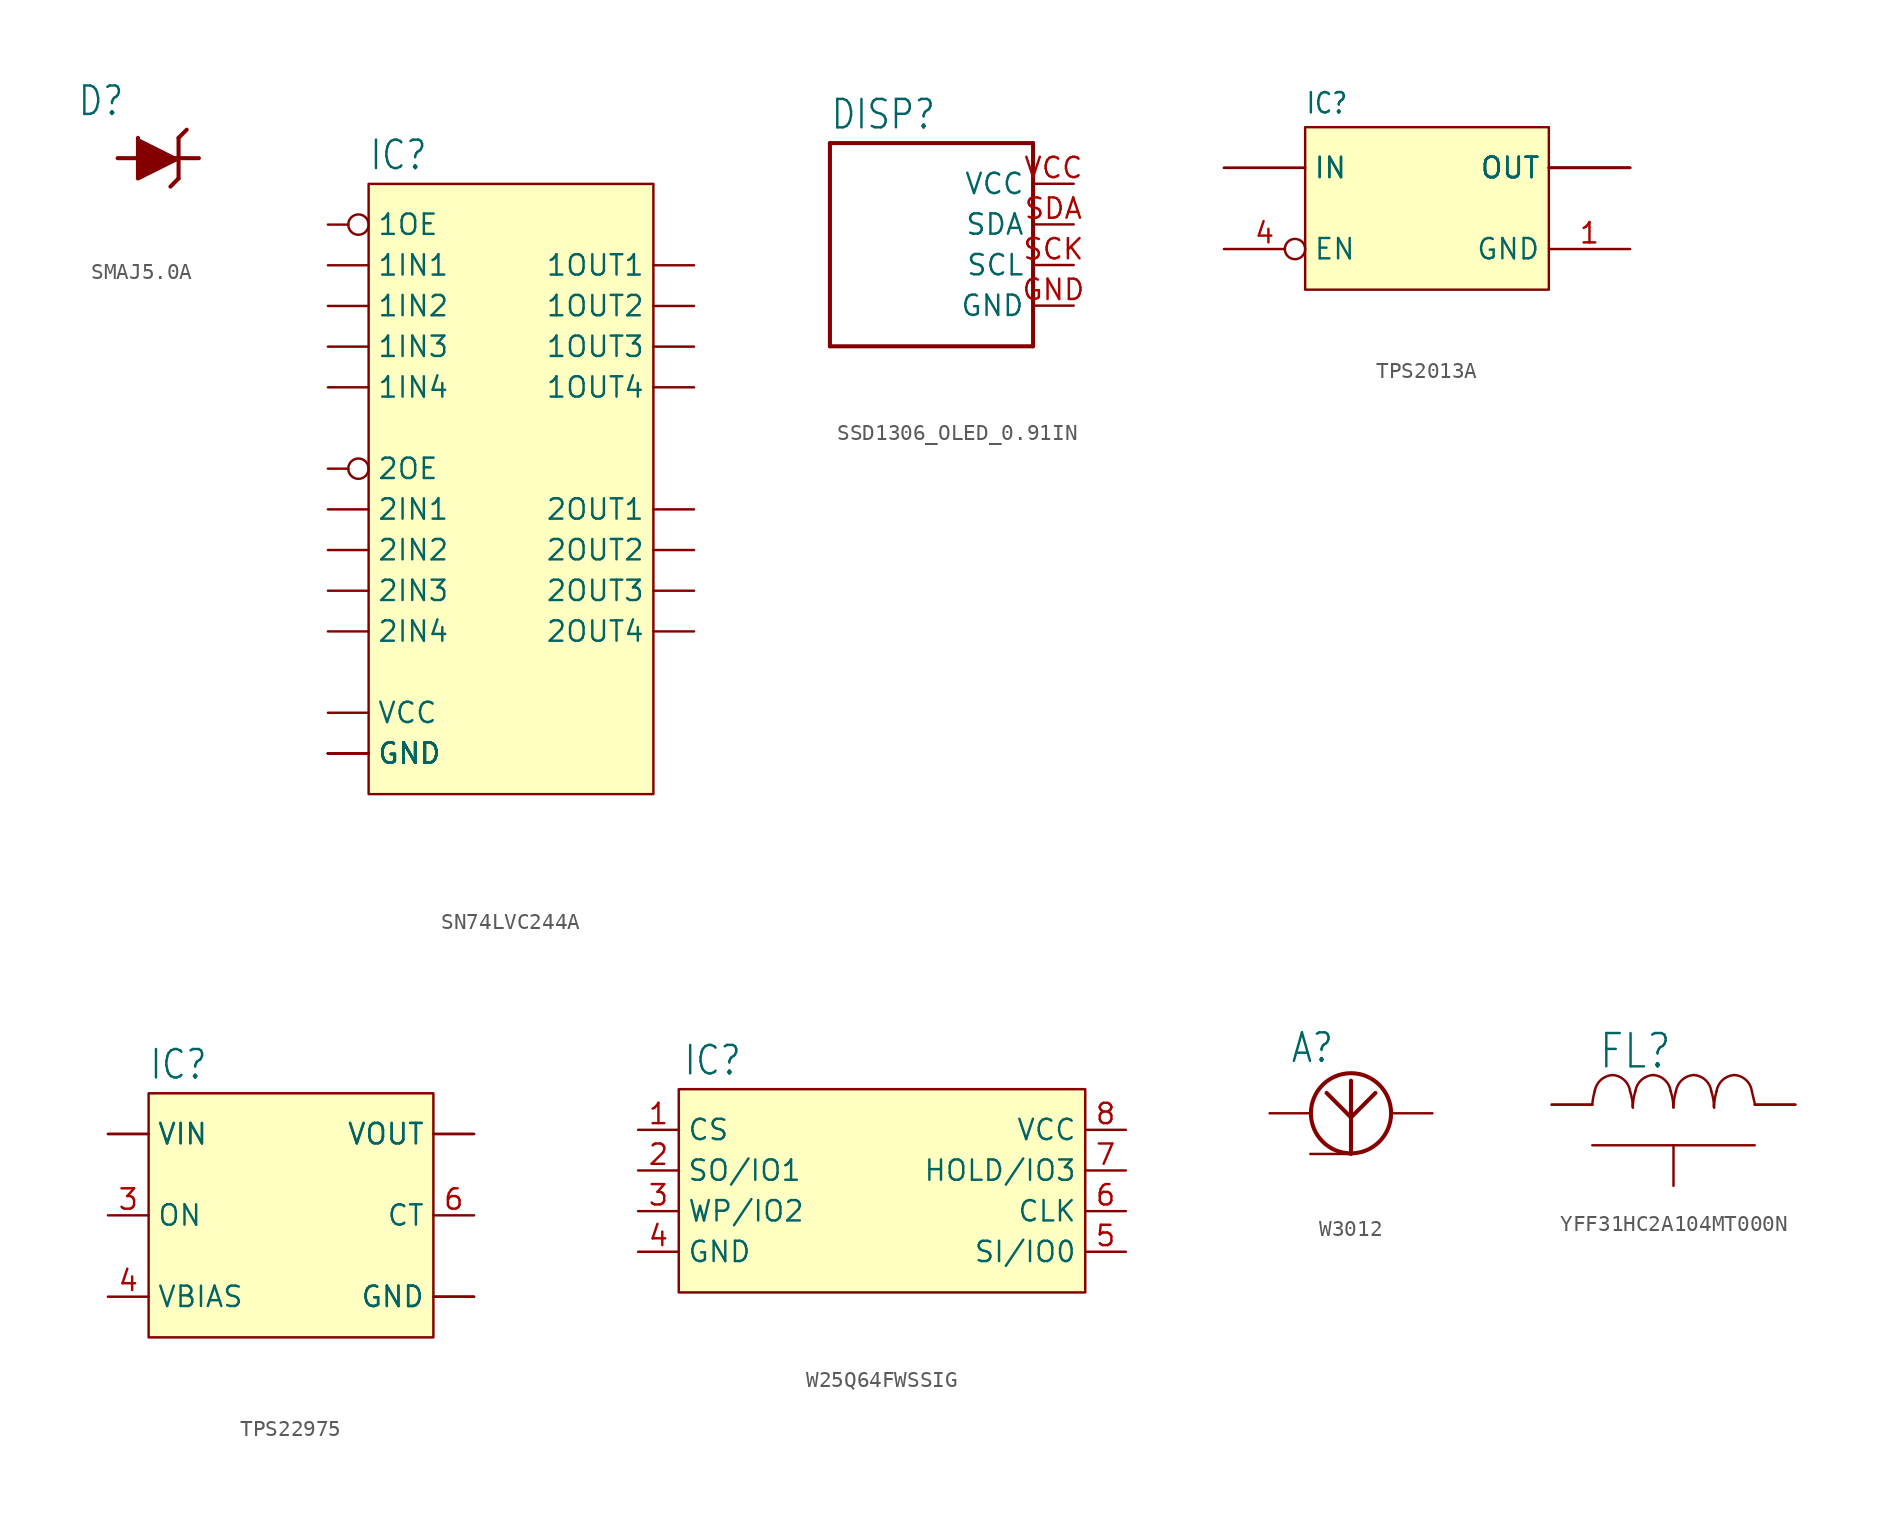
<source format=kicad_sym>
(kicad_symbol_lib
  (version 20241209)
  (generator "kicad_symbol_editor")
  (generator_version "9.0")
  (symbol "SMAJ5.0A"
    (property "Reference" "D"
      (at -5.08 2.54 0)
      (effects (font (size 1.778 1.511)) (justify left bottom)))
    (property "Value" ""
      (at -5.08 -5.08 0)
      (effects (font (size 1.778 1.511)) (justify left bottom)))
    (property "ki_locked" ""
      (at 0 0 0)
      (effects (font (size 1.27 1.27))))
    (symbol "SMAJ5.0A_1_0"
      (polyline (pts (xy -2.54 0) (xy 2.54 0)) (stroke (width 0.254) (type solid)) (fill (type none)))
      (polyline (pts (xy -1.27 1.27) (xy -1.27 -1.27) (xy 1.27 0)) (stroke (width 0.254) (type solid)) (fill (type outline)))
      (polyline (pts (xy 1.27 1.27) (xy 1.27 -1.27)) (stroke (width 0.254) (type solid)) (fill (type none)))
      (polyline (pts (xy 1.27 1.27) (xy 1.778 1.778)) (stroke (width 0.254) (type solid)) (fill (type none)))
      (polyline (pts (xy 1.27 -1.27) (xy 0.762 -1.778)) (stroke (width 0.254) (type solid)) (fill (type none)))
      (pin bidirectional line (at -2.54 0 0) (length 0) (name "A" (effects (font (size 0 0)))) (number "A" (effects (font (size 0 0)))))
      (pin bidirectional line (at 2.54 0 0) (length 0) (name "K" (effects (font (size 0 0)))) (number "K" (effects (font (size 0 0)))))))
  (symbol "SN74LVC244A"
    (property "Reference" "IC"
      (at -7.62 16.002 0)
      (effects (font (size 1.778 1.511)) (justify left bottom)))
    (property "Value" ""
      (at -7.62 -25.4 0)
      (effects (font (size 1.778 1.511)) (justify left bottom)))
    (property "ki_locked" ""
      (at 0 0 0)
      (effects (font (size 1.27 1.27))))
    (symbol "SN74LVC244A_1_0"
      (pin bidirectional inverted (at -10.16 12.7 0) (length 2.54) (name "1OE" (effects (font (size 1.27 1.27)))) (number "P$1" (effects (font (size 0 0)))))
      (pin bidirectional line (at -10.16 10.16 0) (length 2.54) (name "1IN1" (effects (font (size 1.27 1.27)))) (number "P$2" (effects (font (size 0 0)))))
      (pin bidirectional line (at -10.16 7.62 0) (length 2.54) (name "1IN2" (effects (font (size 1.27 1.27)))) (number "P$4" (effects (font (size 0 0)))))
      (pin bidirectional line (at -10.16 5.08 0) (length 2.54) (name "1IN3" (effects (font (size 1.27 1.27)))) (number "P$6" (effects (font (size 0 0)))))
      (pin bidirectional line (at -10.16 2.54 0) (length 2.54) (name "1IN4" (effects (font (size 1.27 1.27)))) (number "P$8" (effects (font (size 0 0)))))
      (pin bidirectional inverted (at -10.16 -2.54 0) (length 2.54) (name "2OE" (effects (font (size 1.27 1.27)))) (number "P$19" (effects (font (size 0 0)))))
      (pin bidirectional line (at -10.16 -5.08 0) (length 2.54) (name "2IN1" (effects (font (size 1.27 1.27)))) (number "P$11" (effects (font (size 0 0)))))
      (pin bidirectional line (at -10.16 -7.62 0) (length 2.54) (name "2IN2" (effects (font (size 1.27 1.27)))) (number "P$13" (effects (font (size 0 0)))))
      (pin bidirectional line (at -10.16 -10.16 0) (length 2.54) (name "2IN3" (effects (font (size 1.27 1.27)))) (number "P$15" (effects (font (size 0 0)))))
      (pin bidirectional line (at -10.16 -12.7 0) (length 2.54) (name "2IN4" (effects (font (size 1.27 1.27)))) (number "P$17" (effects (font (size 0 0)))))
      (pin bidirectional line (at -10.16 -17.78 0) (length 2.54) (name "VCC" (effects (font (size 1.27 1.27)))) (number "P$20" (effects (font (size 0 0)))))
      (pin bidirectional line (at -10.16 -20.32 0) (length 2.54) (name "GND" (effects (font (size 1.27 1.27)))) (number "P$10" (effects (font (size 0 0)))))
      (pin bidirectional line (at -10.16 -20.32 0) (length 2.54) (name "GND" (effects (font (size 1.27 1.27)))) (number "P$21" (effects (font (size 0 0)))))
      (pin bidirectional line (at -10.16 -20.32 0) (length 2.54) (name "GND" (effects (font (size 1.27 1.27)))) (number "P$22" (effects (font (size 0 0)))))
      (pin bidirectional line (at -10.16 -20.32 0) (length 2.54) (name "GND" (effects (font (size 1.27 1.27)))) (number "P$23" (effects (font (size 0 0)))))
      (pin bidirectional line (at -10.16 -20.32 0) (length 2.54) (name "GND" (effects (font (size 1.27 1.27)))) (number "P$24" (effects (font (size 0 0)))))
      (pin bidirectional line (at -10.16 -20.32 0) (length 2.54) (name "GND" (effects (font (size 1.27 1.27)))) (number "P$25" (effects (font (size 0 0)))))
      (pin bidirectional line (at -10.16 -20.32 0) (length 2.54) (name "GND" (effects (font (size 1.27 1.27)))) (number "P$26" (effects (font (size 0 0)))))
      (pin bidirectional line (at -10.16 -20.32 0) (length 2.54) (name "GND" (effects (font (size 1.27 1.27)))) (number "P$27" (effects (font (size 0 0)))))
      (pin bidirectional line (at 12.7 10.16 180) (length 2.54) (name "1OUT1" (effects (font (size 1.27 1.27)))) (number "P$18" (effects (font (size 0 0)))))
      (pin bidirectional line (at 12.7 7.62 180) (length 2.54) (name "1OUT2" (effects (font (size 1.27 1.27)))) (number "P$16" (effects (font (size 0 0)))))
      (pin bidirectional line (at 12.7 5.08 180) (length 2.54) (name "1OUT3" (effects (font (size 1.27 1.27)))) (number "P$14" (effects (font (size 0 0)))))
      (pin bidirectional line (at 12.7 2.54 180) (length 2.54) (name "1OUT4" (effects (font (size 1.27 1.27)))) (number "P$12" (effects (font (size 0 0)))))
      (pin bidirectional line (at 12.7 -5.08 180) (length 2.54) (name "2OUT1" (effects (font (size 1.27 1.27)))) (number "P$9" (effects (font (size 0 0)))))
      (pin bidirectional line (at 12.7 -7.62 180) (length 2.54) (name "2OUT2" (effects (font (size 1.27 1.27)))) (number "P$7" (effects (font (size 0 0)))))
      (pin bidirectional line (at 12.7 -10.16 180) (length 2.54) (name "2OUT3" (effects (font (size 1.27 1.27)))) (number "P$5" (effects (font (size 0 0)))))
      (pin bidirectional line (at 12.7 -12.7 180) (length 2.54) (name "2OUT4" (effects (font (size 1.27 1.27)))) (number "P$3" (effects (font (size 0 0))))))
    (symbol "SN74LVC244A_1_1"
      (rectangle (start -7.62 15.24) (end 10.16 -22.86) (stroke (width 0) (type solid)) (fill (type background)))))
  (symbol "SSD1306_OLED_0.91IN"
    (property "Reference" "DISP"
      (at -7.62 5.842 0)
      (effects (font (size 1.778 1.511)) (justify left bottom)))
    (property "Value" ""
      (at -7.62 -10.16 0)
      (effects (font (size 1.778 1.511)) (justify left bottom)))
    (property "ki_locked" ""
      (at 0 0 0)
      (effects (font (size 1.27 1.27))))
    (symbol "SSD1306_OLED_0.91IN_1_0"
      (polyline (pts (xy -7.62 5.08) (xy 5.08 5.08)) (stroke (width 0.254) (type solid)) (fill (type none)))
      (polyline (pts (xy -7.62 -7.62) (xy -7.62 5.08)) (stroke (width 0.254) (type solid)) (fill (type none)))
      (polyline (pts (xy 5.08 5.08) (xy 5.08 -7.62)) (stroke (width 0.254) (type solid)) (fill (type none)))
      (polyline (pts (xy 5.08 -7.62) (xy -7.62 -7.62)) (stroke (width 0.254) (type solid)) (fill (type none)))
      (pin bidirectional line (at 7.62 2.54 180) (length 2.54) (name "VCC" (effects (font (size 1.27 1.27)))) (number "VCC" (effects (font (size 1.27 1.27)))))
      (pin bidirectional line (at 7.62 0 180) (length 2.54) (name "SDA" (effects (font (size 1.27 1.27)))) (number "SDA" (effects (font (size 1.27 1.27)))))
      (pin bidirectional line (at 7.62 -2.54 180) (length 2.54) (name "SCL" (effects (font (size 1.27 1.27)))) (number "SCK" (effects (font (size 1.27 1.27)))))
      (pin bidirectional line (at 7.62 -5.08 180) (length 2.54) (name "GND" (effects (font (size 1.27 1.27)))) (number "GND" (effects (font (size 1.27 1.27)))))))
  (symbol "TPS2013A"
    (property "Reference" "IC"
      (at -7.62 5.842 0)
      (effects (font (size 1.27 1.079)) (justify left bottom)))
    (property "Value" ""
      (at -7.62 -7.62 0)
      (effects (font (size 1.27 1.079)) (justify left bottom)))
    (property "ki_locked" ""
      (at 0 0 0)
      (effects (font (size 1.27 1.27))))
    (symbol "TPS2013A_1_0"
      (pin bidirectional line (at -12.7 2.54 0) (length 5.08) (name "IN" (effects (font (size 1.27 1.27)))) (number "2" (effects (font (size 0 0)))))
      (pin bidirectional line (at -12.7 2.54 0) (length 5.08) (name "IN" (effects (font (size 1.27 1.27)))) (number "3" (effects (font (size 0 0)))))
      (pin bidirectional inverted (at -12.7 -2.54 0) (length 5.08) (name "EN" (effects (font (size 1.27 1.27)))) (number "4" (effects (font (size 1.27 1.27)))))
      (pin bidirectional line (at 12.7 2.54 180) (length 5.08) (name "OUT" (effects (font (size 1.27 1.27)))) (number "5" (effects (font (size 0 0)))))
      (pin bidirectional line (at 12.7 2.54 180) (length 5.08) (name "OUT" (effects (font (size 1.27 1.27)))) (number "6" (effects (font (size 0 0)))))
      (pin bidirectional line (at 12.7 2.54 180) (length 5.08) (name "OUT" (effects (font (size 1.27 1.27)))) (number "7" (effects (font (size 0 0)))))
      (pin bidirectional line (at 12.7 2.54 180) (length 5.08) (name "OUT" (effects (font (size 1.27 1.27)))) (number "8" (effects (font (size 0 0)))))
      (pin bidirectional line (at 12.7 -2.54 180) (length 5.08) (name "GND" (effects (font (size 1.27 1.27)))) (number "1" (effects (font (size 1.27 1.27))))))
    (symbol "TPS2013A_1_1"
      (rectangle (start -7.62 5.08) (end 7.62 -5.08) (stroke (width 0) (type solid)) (fill (type background)))))
  (symbol "TPS22975"
    (property "Reference" "IC"
      (at -7.62 8.382 0)
      (effects (font (size 1.778 1.511)) (justify left bottom)))
    (property "Value" ""
      (at -7.62 -10.16 0)
      (effects (font (size 1.778 1.511)) (justify left bottom)))
    (property "ki_locked" ""
      (at 0 0 0)
      (effects (font (size 1.27 1.27))))
    (symbol "TPS22975_1_0"
      (pin bidirectional line (at -10.16 5.08 0) (length 2.54) (name "VIN" (effects (font (size 1.27 1.27)))) (number "1" (effects (font (size 0 0)))))
      (pin bidirectional line (at -10.16 5.08 0) (length 2.54) (name "VIN" (effects (font (size 1.27 1.27)))) (number "2" (effects (font (size 0 0)))))
      (pin bidirectional line (at -10.16 0 0) (length 2.54) (name "ON" (effects (font (size 1.27 1.27)))) (number "3" (effects (font (size 1.27 1.27)))))
      (pin bidirectional line (at -10.16 -5.08 0) (length 2.54) (name "VBIAS" (effects (font (size 1.27 1.27)))) (number "4" (effects (font (size 1.27 1.27)))))
      (pin bidirectional line (at 12.7 5.08 180) (length 2.54) (name "VOUT" (effects (font (size 1.27 1.27)))) (number "7" (effects (font (size 0 0)))))
      (pin bidirectional line (at 12.7 5.08 180) (length 2.54) (name "VOUT" (effects (font (size 1.27 1.27)))) (number "8" (effects (font (size 0 0)))))
      (pin bidirectional line (at 12.7 0 180) (length 2.54) (name "CT" (effects (font (size 1.27 1.27)))) (number "6" (effects (font (size 1.27 1.27)))))
      (pin bidirectional line (at 12.7 -5.08 180) (length 2.54) (name "GND" (effects (font (size 1.27 1.27)))) (number "5" (effects (font (size 0 0)))))
      (pin bidirectional line (at 12.7 -5.08 180) (length 2.54) (name "GND" (effects (font (size 1.27 1.27)))) (number "PP" (effects (font (size 0 0))))))
    (symbol "TPS22975_1_1"
      (rectangle (start -7.62 7.62) (end 10.16 -7.62) (stroke (width 0) (type solid)) (fill (type background)))))
  (symbol "W25Q64FWSSIG"
    (property "Reference" "IC"
      (at -12.446 5.842 0)
      (effects (font (size 1.778 1.511)) (justify left bottom)))
    (property "Value" ""
      (at -12.7 -10.16 0)
      (effects (font (size 1.778 1.511)) (justify left bottom)))
    (property "ki_locked" ""
      (at 0 0 0)
      (effects (font (size 1.27 1.27))))
    (symbol "W25Q64FWSSIG_1_0"
      (pin bidirectional line (at -15.24 2.54 0) (length 2.54) (name "CS" (effects (font (size 1.27 1.27)))) (number "1" (effects (font (size 1.27 1.27)))))
      (pin bidirectional line (at -15.24 0 0) (length 2.54) (name "SO/IO1" (effects (font (size 1.27 1.27)))) (number "2" (effects (font (size 1.27 1.27)))))
      (pin bidirectional line (at -15.24 -2.54 0) (length 2.54) (name "WP/IO2" (effects (font (size 1.27 1.27)))) (number "3" (effects (font (size 1.27 1.27)))))
      (pin bidirectional line (at -15.24 -5.08 0) (length 2.54) (name "GND" (effects (font (size 1.27 1.27)))) (number "4" (effects (font (size 1.27 1.27)))))
      (pin bidirectional line (at 15.24 2.54 180) (length 2.54) (name "VCC" (effects (font (size 1.27 1.27)))) (number "8" (effects (font (size 1.27 1.27)))))
      (pin bidirectional line (at 15.24 0 180) (length 2.54) (name "HOLD/IO3" (effects (font (size 1.27 1.27)))) (number "7" (effects (font (size 1.27 1.27)))))
      (pin bidirectional line (at 15.24 -2.54 180) (length 2.54) (name "CLK" (effects (font (size 1.27 1.27)))) (number "6" (effects (font (size 1.27 1.27)))))
      (pin bidirectional line (at 15.24 -5.08 180) (length 2.54) (name "SI/IO0" (effects (font (size 1.27 1.27)))) (number "5" (effects (font (size 1.27 1.27))))))
    (symbol "W25Q64FWSSIG_1_1"
      (rectangle (start -12.7 5.08) (end 12.7 -7.62) (stroke (width 0) (type solid)) (fill (type background)))))
  (symbol "W3012"
    (property "Reference" "A"
      (at -3.81 3.048 0)
      (effects (font (size 1.778 1.511)) (justify left bottom)))
    (property "Value" ""
      (at -5.08 -5.08 0)
      (effects (font (size 1.778 1.511)) (justify left bottom)))
    (property "ki_locked" ""
      (at 0 0 0)
      (effects (font (size 1.27 1.27))))
    (symbol "W3012_1_0"
      (circle (center 0 0) (radius 2.502) (stroke (width 0.254) (type solid)) (fill (type none)))
      (polyline (pts (xy 0 -0.254) (xy -1.524 1.27)) (stroke (width 0.254) (type solid)) (fill (type none)))
      (polyline (pts (xy 0 -0.254) (xy 0 2.032)) (stroke (width 0.254) (type solid)) (fill (type none)))
      (polyline (pts (xy 0 -0.254) (xy 1.524 1.27)) (stroke (width 0.254) (type solid)) (fill (type none)))
      (polyline (pts (xy 0 -2.54) (xy 0 -0.254)) (stroke (width 0.254) (type solid)) (fill (type none)))
      (pin bidirectional line (at -5.08 0 0) (length 2.54) (name "GND" (effects (font (size 0 0)))) (number "2" (effects (font (size 0 0)))))
      (pin bidirectional line (at -2.54 -2.54 0) (length 2.54) (name "FEED" (effects (font (size 0 0)))) (number "1" (effects (font (size 0 0)))))
      (pin bidirectional line (at 5.08 0 180) (length 2.54) (name "GND@1" (effects (font (size 0 0)))) (number "3" (effects (font (size 0 0)))))))
  (symbol "YFF31HC2A104MT000N"
    (property "Reference" "FL"
      (at -4.724 2.134 0)
      (effects (font (size 2.083 1.77)) (justify left bottom)))
    (property "ki_locked" ""
      (at 0 0 0)
      (effects (font (size 1.27 1.27))))
    (symbol "YFF31HC2A104MT000N_1_0"
      (arc (start 4.9022 0.8382) (mid 4.9944 0.458) (end 5.08 0.0762) (stroke (width 0.1524) (type solid)) (fill (type none)))
      (polyline (pts (xy -7.62 0) (xy -5.08 0)) (stroke (width 0.152) (type solid)) (fill (type none)))
      (arc (start -2.7178 0.8382) (mid -2.5911 0.3368) (end -2.54 -0.1778) (stroke (width 0.1524) (type solid)) (fill (type none)))
      (polyline (pts (xy -5.08 -2.54) (xy 5.08 -2.54)) (stroke (width 0.152) (type solid)) (fill (type none)))
      (arc (start -3.81 1.8542) (mid -3.0814 1.5423) (end -2.7177 0.8382) (stroke (width 0.1524) (type solid)) (fill (type none)))
      (arc (start -4.9276 0.8382) (mid -4.5486 1.5441) (end -3.8099 1.8542) (stroke (width 0.1524) (type solid)) (fill (type none)))
      (arc (start -0.1778 0.8382) (mid -0.0511 0.3368) (end 0 -0.1778) (stroke (width 0.1524) (type solid)) (fill (type none)))
      (arc (start -2.54 -0.1778) (mid -2.561 -0.0888) (end -2.54 0.0001) (stroke (width 0) (type solid)) (fill (type none)))
      (arc (start -1.27 1.8542) (mid -0.5414 1.5423) (end -0.1777 0.8382) (stroke (width 0.1524) (type solid)) (fill (type none)))
      (arc (start -2.3876 0.8382) (mid -2.0086 1.5441) (end -1.2699 1.8542) (stroke (width 0.1524) (type solid)) (fill (type none)))
      (arc (start -5.08 0) (mid -5.0258 0.4231) (end -4.9276 0.8382) (stroke (width 0.1524) (type solid)) (fill (type none)))
      (arc (start 2.3622 0.8382) (mid 2.4889 0.3368) (end 2.54 -0.1778) (stroke (width 0.1524) (type solid)) (fill (type none)))
      (arc (start 0 -0.1778) (mid -0.0208 -0.0889) (end 0 0) (stroke (width 0) (type solid)) (fill (type none)))
      (arc (start 1.27 1.8542) (mid 1.9985 1.5422) (end 2.3622 0.8381) (stroke (width 0.1524) (type solid)) (fill (type none)))
      (arc (start 0.1524 0.8382) (mid 0.5313 1.544) (end 1.27 1.8541) (stroke (width 0.1524) (type solid)) (fill (type none)))
      (arc (start -2.54 0) (mid -2.4858 0.4231) (end -2.3876 0.8382) (stroke (width 0.1524) (type solid)) (fill (type none)))
      (arc (start 2.54 -0.1778) (mid 2.5197 -0.089) (end 2.54 0) (stroke (width 0) (type solid)) (fill (type none)))
      (arc (start 3.81 1.8542) (mid 4.5385 1.5423) (end 4.9022 0.8381) (stroke (width 0.1524) (type solid)) (fill (type none)))
      (arc (start 2.6924 0.8382) (mid 3.0714 1.5438) (end 3.81 1.8541) (stroke (width 0.1524) (type solid)) (fill (type none)))
      (arc (start 0 0) (mid 0.0542 0.4231) (end 0.1524 0.8382) (stroke (width 0.1524) (type solid)) (fill (type none)))
      (polyline (pts (xy 5.08 0) (xy 7.62 0)) (stroke (width 0.152) (type solid)) (fill (type none)))
      (arc (start 2.54 0) (mid 2.5942 0.4231) (end 2.6924 0.8382) (stroke (width 0.1524) (type solid)) (fill (type none)))
      (pin passive line (at -7.62 0 0) (length 2.54) (name "1" (effects (font (size 0 0)))) (number "1" (effects (font (size 0 0)))))
      (pin passive line (at 0 -5.08 90) (length 2.54) (name "GND" (effects (font (size 0 0)))) (number "GND" (effects (font (size 0 0)))))
      (pin passive line (at 7.62 0 180) (length 2.54) (name "2" (effects (font (size 0 0)))) (number "3" (effects (font (size 0 0))))))))
</source>
